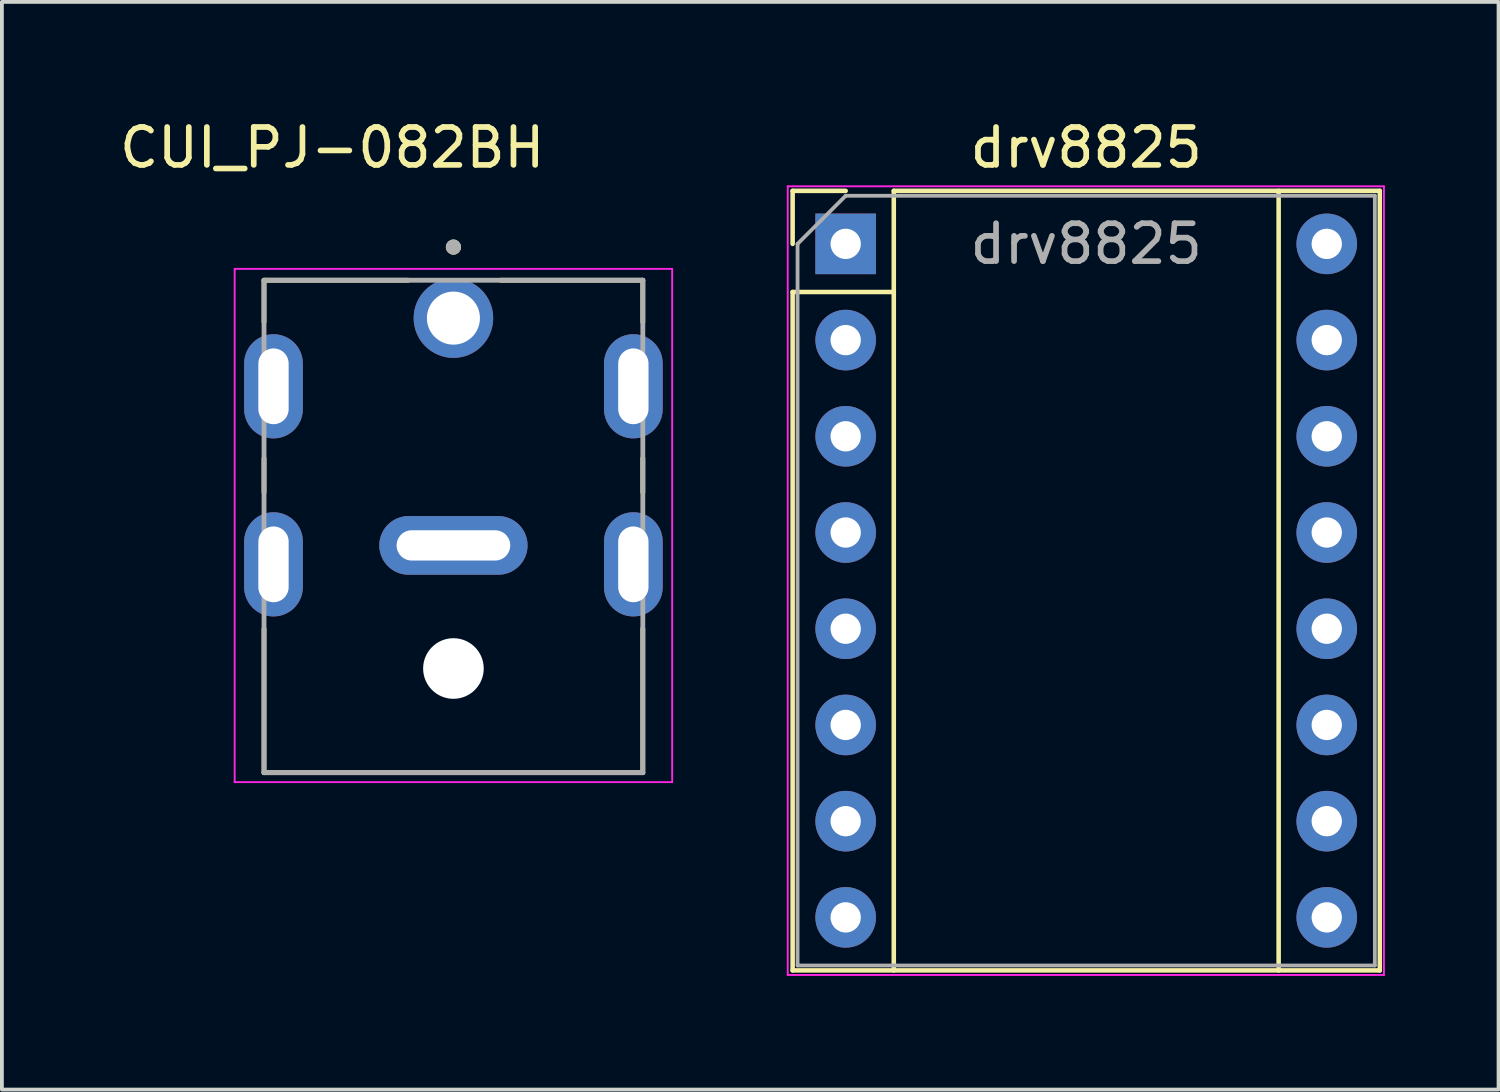
<source format=kicad_pcb>
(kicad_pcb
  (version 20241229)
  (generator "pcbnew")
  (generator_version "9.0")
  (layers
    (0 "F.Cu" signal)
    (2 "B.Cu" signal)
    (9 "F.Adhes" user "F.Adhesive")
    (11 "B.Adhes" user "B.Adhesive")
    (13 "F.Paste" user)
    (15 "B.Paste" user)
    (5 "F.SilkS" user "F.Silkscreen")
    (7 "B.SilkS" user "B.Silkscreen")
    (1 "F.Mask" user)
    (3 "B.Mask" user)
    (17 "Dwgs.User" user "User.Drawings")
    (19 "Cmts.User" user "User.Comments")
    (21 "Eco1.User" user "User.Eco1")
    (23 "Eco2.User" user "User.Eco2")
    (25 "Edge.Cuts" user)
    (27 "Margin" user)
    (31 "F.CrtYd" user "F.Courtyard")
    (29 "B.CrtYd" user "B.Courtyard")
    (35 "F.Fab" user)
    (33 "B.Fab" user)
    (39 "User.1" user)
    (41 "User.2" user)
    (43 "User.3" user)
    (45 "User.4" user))
  (footprint "drv8825"
    (layer "F.Cu")
    (at 19.275 3.388)
    (property "Reference" "drv8825" (at 6.35 -2.54 0) (layer "F.SilkS") (effects (font (size 1 1) (thickness 0.15))))
    (attr through_hole)
    (fp_line (start -1.4 -1.4) (end -1.4 0) (stroke (width 0.12) (type solid)) (layer "F.SilkS"))
    (fp_line (start -1.4 1.27) (end -1.4 19.18) (stroke (width 0.12) (type solid)) (layer "F.SilkS"))
    (fp_line (start -1.4 19.18) (end 14.1 19.18) (stroke (width 0.12) (type solid)) (layer "F.SilkS"))
    (fp_line (start 0 -1.4) (end -1.4 -1.4) (stroke (width 0.12) (type solid)) (layer "F.SilkS"))
    (fp_line (start 1.27 -1.4) (end 1.27 1.27) (stroke (width 0.12) (type solid)) (layer "F.SilkS"))
    (fp_line (start 1.27 1.27) (end -1.4 1.27) (stroke (width 0.12) (type solid)) (layer "F.SilkS"))
    (fp_line (start 1.27 1.27) (end 1.27 19.18) (stroke (width 0.12) (type solid)) (layer "F.SilkS"))
    (fp_line (start 11.43 -1.4) (end 11.43 19.18) (stroke (width 0.12) (type solid)) (layer "F.SilkS"))
    (fp_line (start 14.1 -1.4) (end 1.27 -1.4) (stroke (width 0.12) (type solid)) (layer "F.SilkS"))
    (fp_line (start 14.1 19.18) (end 14.1 -1.4) (stroke (width 0.12) (type solid)) (layer "F.SilkS"))
    (fp_line (start -1.53 -1.52) (end -1.53 19.3) (stroke (width 0.05) (type solid)) (layer "F.CrtYd"))
    (fp_line (start -1.53 -1.52) (end 14.21 -1.52) (stroke (width 0.05) (type solid)) (layer "F.CrtYd"))
    (fp_line (start 14.21 19.3) (end -1.53 19.3) (stroke (width 0.05) (type solid)) (layer "F.CrtYd"))
    (fp_line (start 14.21 19.3) (end 14.21 -1.52) (stroke (width 0.05) (type solid)) (layer "F.CrtYd"))
    (fp_line (start -1.27 0) (end 0 -1.27) (stroke (width 0.1) (type solid)) (layer "F.Fab"))
    (fp_line (start -1.27 19.05) (end -1.27 0) (stroke (width 0.1) (type solid)) (layer "F.Fab"))
    (fp_line (start 0 -1.27) (end 13.97 -1.27) (stroke (width 0.1) (type solid)) (layer "F.Fab"))
    (fp_line (start 13.97 -1.27) (end 13.97 19.05) (stroke (width 0.1) (type solid)) (layer "F.Fab"))
    (fp_line (start 13.97 19.05) (end -1.27 19.05) (stroke (width 0.1) (type solid)) (layer "F.Fab"))
    (fp_text user "${REFERENCE}" (at 6.35 0 0) (layer "F.Fab") (effects (font (size 1 1) (thickness 0.15))))
    (pad "1" thru_hole rect (at 0 0) (size 1.6 1.6) (drill 0.8) (layers "*.Cu" "*.Mask"))
    (pad "2" thru_hole oval (at 0 2.54) (size 1.6 1.6) (drill 0.8) (layers "*.Cu" "*.Mask"))
    (pad "3" thru_hole oval (at 0 5.08) (size 1.6 1.6) (drill 0.8) (layers "*.Cu" "*.Mask"))
    (pad "4" thru_hole oval (at 0 7.62) (size 1.6 1.6) (drill 0.8) (layers "*.Cu" "*.Mask"))
    (pad "5" thru_hole oval (at 0 10.16) (size 1.6 1.6) (drill 0.8) (layers "*.Cu" "*.Mask"))
    (pad "6" thru_hole oval (at 0 12.7) (size 1.6 1.6) (drill 0.8) (layers "*.Cu" "*.Mask"))
    (pad "7" thru_hole oval (at 0 15.24) (size 1.6 1.6) (drill 0.8) (layers "*.Cu" "*.Mask"))
    (pad "8" thru_hole oval (at 0 17.78) (size 1.6 1.6) (drill 0.8) (layers "*.Cu" "*.Mask"))
    (pad "9" thru_hole oval (at 12.7 17.78) (size 1.6 1.6) (drill 0.8) (layers "*.Cu" "*.Mask"))
    (pad "10" thru_hole oval (at 12.7 15.24) (size 1.6 1.6) (drill 0.8) (layers "*.Cu" "*.Mask"))
    (pad "11" thru_hole oval (at 12.7 12.7) (size 1.6 1.6) (drill 0.8) (layers "*.Cu" "*.Mask"))
    (pad "12" thru_hole oval (at 12.7 10.16) (size 1.6 1.6) (drill 0.8) (layers "*.Cu" "*.Mask"))
    (pad "13" thru_hole oval (at 12.7 7.62) (size 1.6 1.6) (drill 0.8) (layers "*.Cu" "*.Mask"))
    (pad "14" thru_hole oval (at 12.7 5.08) (size 1.6 1.6) (drill 0.8) (layers "*.Cu" "*.Mask"))
    (pad "15" thru_hole oval (at 12.7 2.54) (size 1.6 1.6) (drill 0.8) (layers "*.Cu" "*.Mask"))
    (pad "16" thru_hole oval (at 12.7 0) (size 1.6 1.6) (drill 0.8) (layers "*.Cu" "*.Mask")))
  (footprint "CUI_PJ-082BH"
    (layer "F.Cu")
    (at 8.92 14.598)
    (property "Reference" "CUI_PJ-082BH" (at -3.2 -13.75 0) (layer "F.SilkS") (effects (font (size 1 1) (thickness 0.15))))
    (attr through_hole)
    (fp_line (start -5 -10.25) (end -5 -9.145) (stroke (width 0.127) (type solid)) (layer "F.SilkS"))
    (fp_line (start -5 -5.55) (end -5 -4.65) (stroke (width 0.127) (type solid)) (layer "F.SilkS"))
    (fp_line (start -5 2.75) (end -5 -1.055) (stroke (width 0.127) (type solid)) (layer "F.SilkS"))
    (fp_line (start -5 2.75) (end 5 2.75) (stroke (width 0.127) (type solid)) (layer "F.SilkS"))
    (fp_line (start -1.195 -10.25) (end -5 -10.25) (stroke (width 0.127) (type solid)) (layer "F.SilkS"))
    (fp_line (start 5 -10.25) (end 1.245 -10.25) (stroke (width 0.127) (type solid)) (layer "F.SilkS"))
    (fp_line (start 5 -10.25) (end 5 -9.145) (stroke (width 0.127) (type solid)) (layer "F.SilkS"))
    (fp_line (start 5 -5.55) (end 5 -4.65) (stroke (width 0.127) (type solid)) (layer "F.SilkS"))
    (fp_line (start 5 2.75) (end 5 -1.055) (stroke (width 0.127) (type solid)) (layer "F.SilkS"))
    (fp_circle (center 0 -11.125) (end 0.1 -11.125) (stroke (width 0.2) (type solid)) (fill no) (layer "F.SilkS"))
    (fp_line (start -5.775 -10.55) (end -5.775 3) (stroke (width 0.05) (type solid)) (layer "F.CrtYd"))
    (fp_line (start -5.775 3) (end 5.775 3) (stroke (width 0.05) (type solid)) (layer "F.CrtYd"))
    (fp_line (start 5.775 -10.55) (end -5.775 -10.55) (stroke (width 0.05) (type solid)) (layer "F.CrtYd"))
    (fp_line (start 5.775 3) (end 5.775 -10.55) (stroke (width 0.05) (type solid)) (layer "F.CrtYd"))
    (fp_line (start -5 -10.25) (end -5 2.75) (stroke (width 0.127) (type solid)) (layer "F.Fab"))
    (fp_line (start -5 2.75) (end 5 2.75) (stroke (width 0.127) (type solid)) (layer "F.Fab"))
    (fp_line (start 5 -10.25) (end -5 -10.25) (stroke (width 0.127) (type solid)) (layer "F.Fab"))
    (fp_line (start 5 2.75) (end 5 -10.25) (stroke (width 0.127) (type solid)) (layer "F.Fab"))
    (fp_circle (center 0 -11.125) (end 0.1 -11.125) (stroke (width 0.2) (type solid)) (fill no) (layer "F.Fab"))
    (pad "" np_thru_hole circle (at 0 0) (size 1.6 1.6) (drill 1.6) (layers "*.Cu" "*.Mask"))
    (pad "1" thru_hole circle (at 0 -9.25) (size 2.1 2.1) (drill 1.4) (layers "*.Cu" "*.Mask"))
    (pad "2" thru_hole oval (at 0 -3.25) (size 3.914 1.55) (drill oval 3 0.8) (layers "*.Cu" "*.Mask"))
    (pad "SH1" thru_hole oval (at -4.75 -2.75) (size 1.55 2.75) (drill oval 0.8 2) (layers "*.Cu" "*.Mask"))
    (pad "SH2" thru_hole oval (at 4.75 -2.75) (size 1.55 2.75) (drill oval 0.8 2) (layers "*.Cu" "*.Mask"))
    (pad "SH3" thru_hole oval (at -4.75 -7.45) (size 1.55 2.75) (drill oval 0.8 2) (layers "*.Cu" "*.Mask"))
    (pad "SH4" thru_hole oval (at 4.75 -7.45) (size 1.55 2.75) (drill oval 0.8 2) (layers "*.Cu" "*.Mask")))
  (gr_rect
    (start -3 -3)
    (end 36.51 25.713)
    (stroke (width 0.1) (type default))
    (fill no)
    (layer "Edge.Cuts")))
</source>
